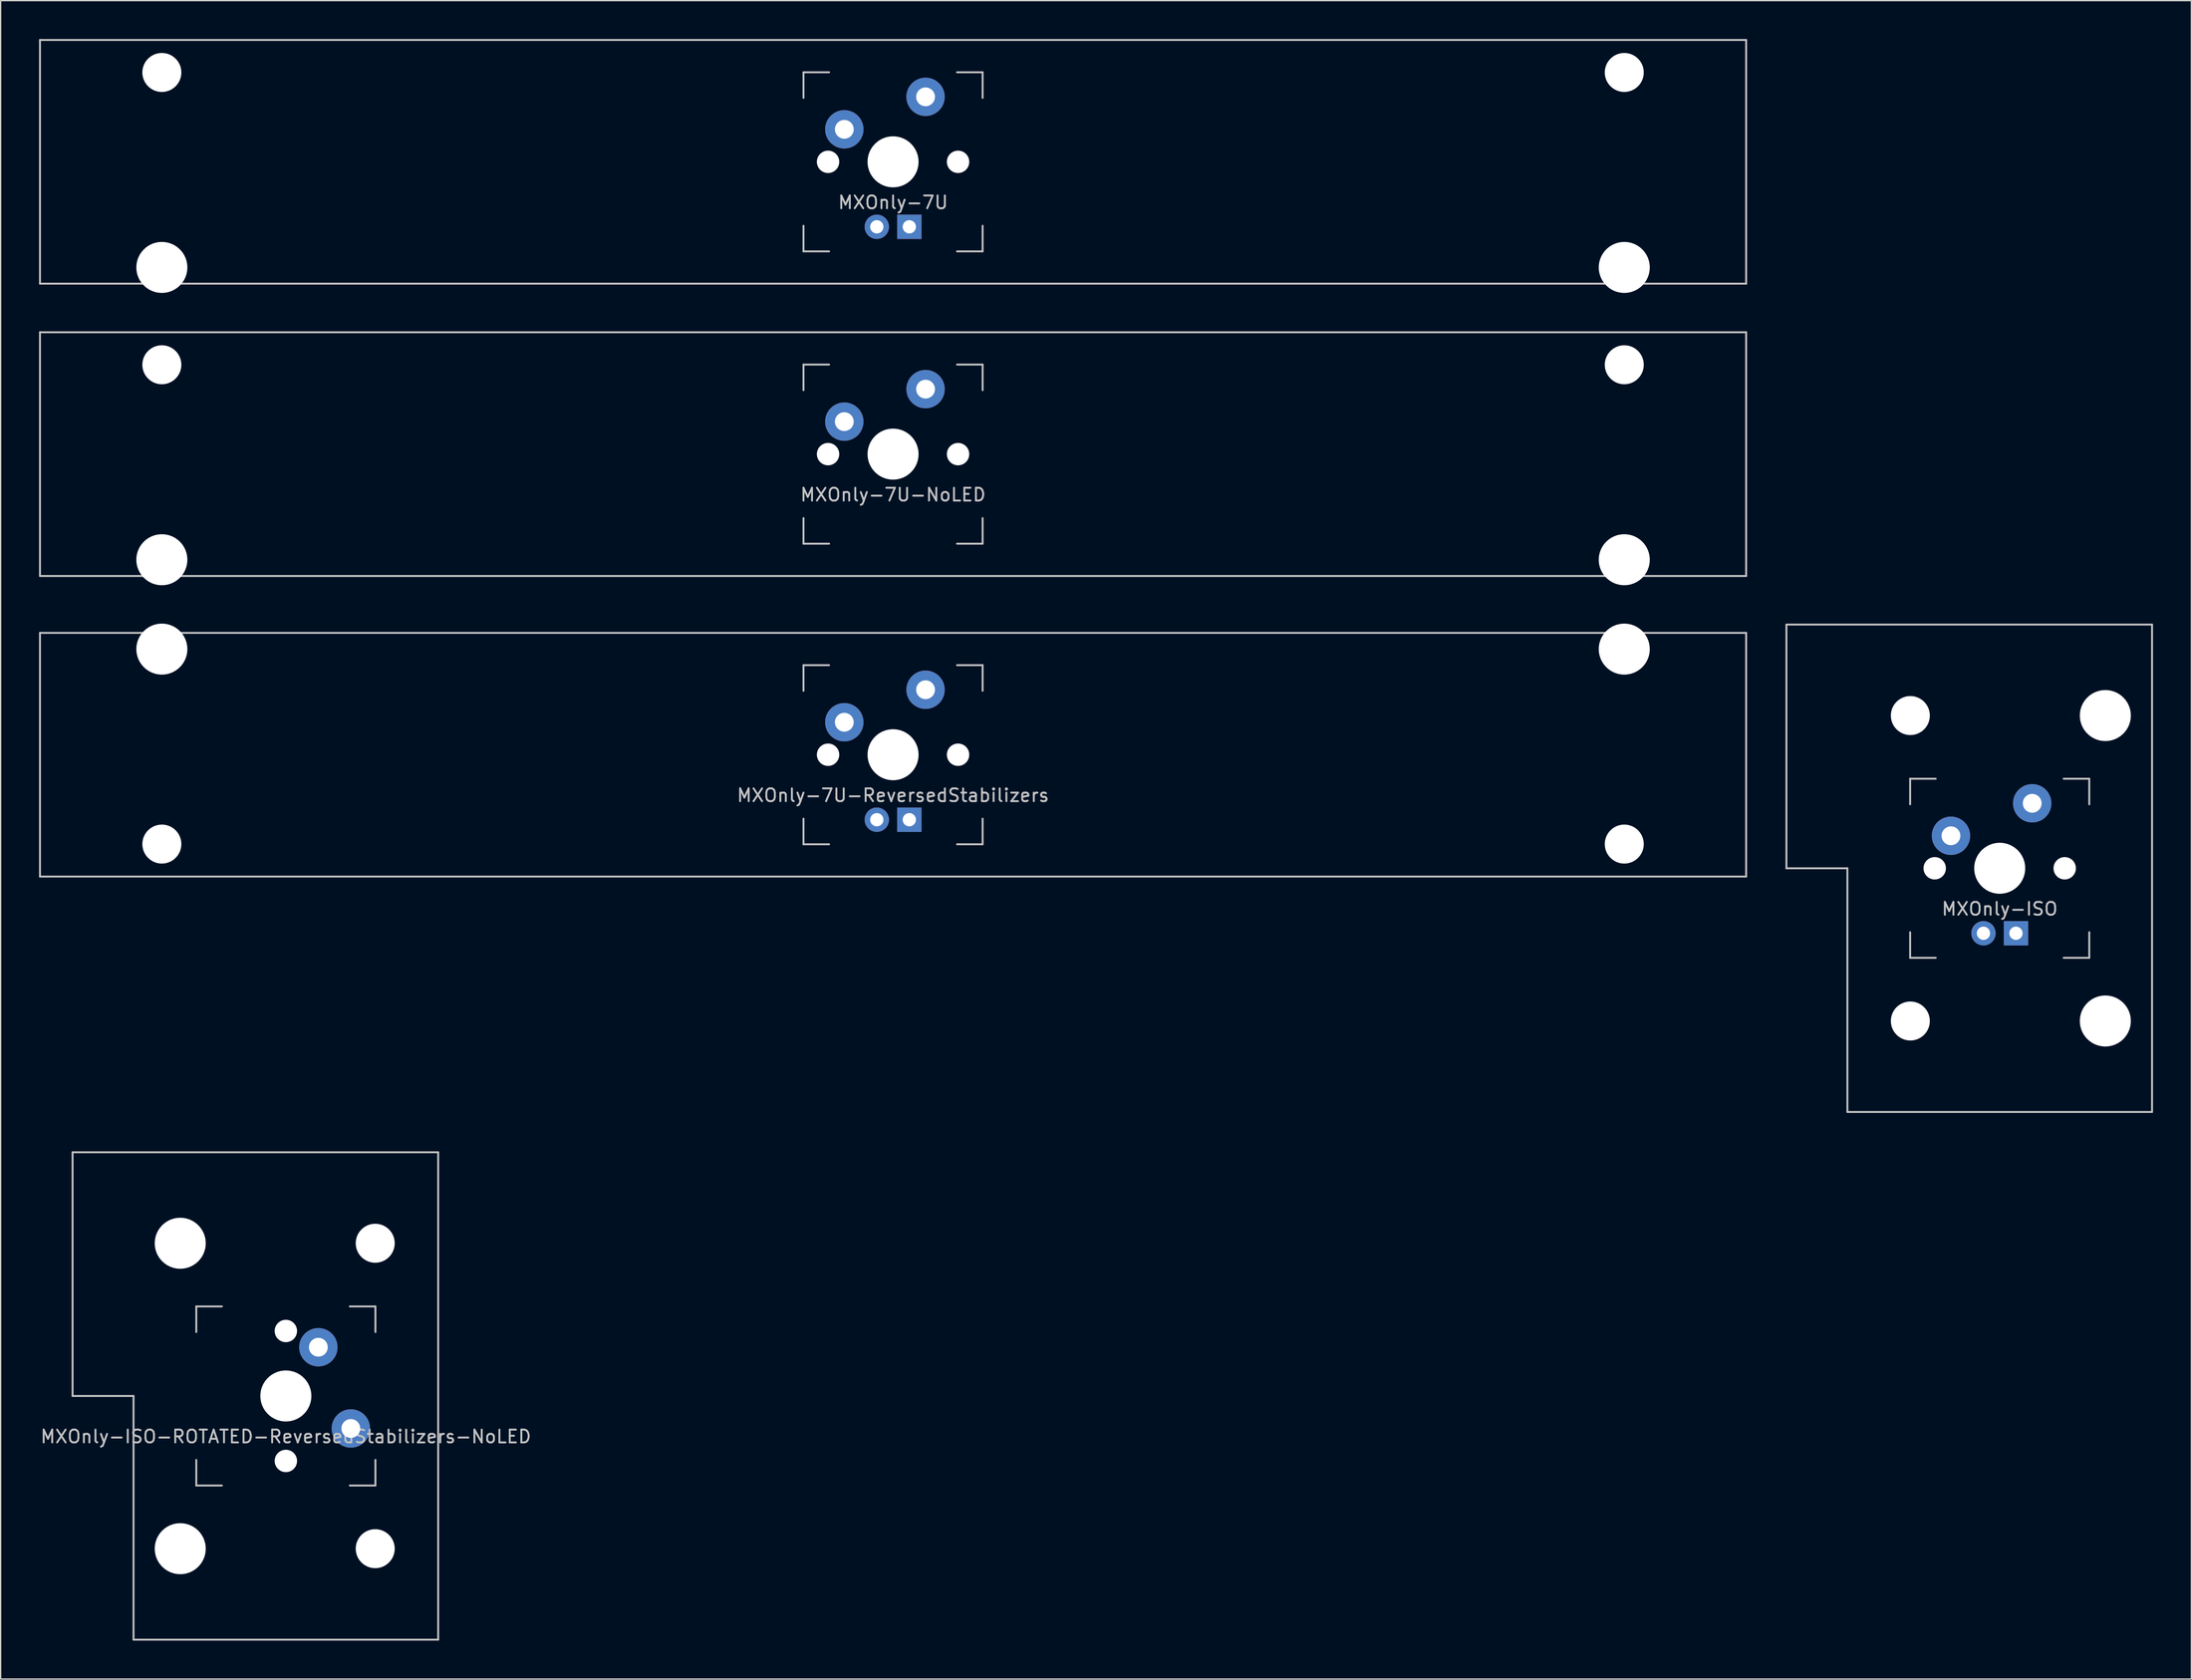
<source format=kicad_pcb>
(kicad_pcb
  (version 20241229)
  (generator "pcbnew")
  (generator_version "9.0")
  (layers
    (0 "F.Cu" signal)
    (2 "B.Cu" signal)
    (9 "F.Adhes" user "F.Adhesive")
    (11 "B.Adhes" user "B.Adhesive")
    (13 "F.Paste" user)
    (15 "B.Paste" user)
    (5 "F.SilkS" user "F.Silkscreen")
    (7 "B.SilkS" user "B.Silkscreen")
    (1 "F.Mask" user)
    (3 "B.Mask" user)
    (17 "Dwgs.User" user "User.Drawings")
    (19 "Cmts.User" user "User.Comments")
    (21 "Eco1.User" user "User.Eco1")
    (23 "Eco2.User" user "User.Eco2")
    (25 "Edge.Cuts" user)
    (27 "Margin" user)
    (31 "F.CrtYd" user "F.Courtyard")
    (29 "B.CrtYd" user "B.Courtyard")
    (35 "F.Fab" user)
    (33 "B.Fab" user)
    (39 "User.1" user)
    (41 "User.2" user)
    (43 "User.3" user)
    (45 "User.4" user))
  (footprint "MXOnly-ISO"
    (layer "F.Cu")
    (at 153.244 64.823)
    (property "Reference" "MXOnly-ISO" (at 0 3.175 0) (layer "Dwgs.User") (effects (font (size 1 1) (thickness 0.15))))
    (attr through_hole)
    (fp_line (start -16.669 -19.05) (end -16.669 0) (stroke (width 0.15) (type solid)) (layer "Dwgs.User"))
    (fp_line (start -16.669 -19.05) (end 11.906 -19.05) (stroke (width 0.15) (type solid)) (layer "Dwgs.User"))
    (fp_line (start -11.906 0) (end -16.669 0) (stroke (width 0.15) (type solid)) (layer "Dwgs.User"))
    (fp_line (start -11.906 19.05) (end -11.906 0) (stroke (width 0.15) (type solid)) (layer "Dwgs.User"))
    (fp_line (start -11.906 19.05) (end 11.906 19.05) (stroke (width 0.15) (type solid)) (layer "Dwgs.User"))
    (fp_line (start -7 -7) (end -7 -5) (stroke (width 0.15) (type solid)) (layer "Dwgs.User"))
    (fp_line (start -7 5) (end -7 7) (stroke (width 0.15) (type solid)) (layer "Dwgs.User"))
    (fp_line (start -7 7) (end -5 7) (stroke (width 0.15) (type solid)) (layer "Dwgs.User"))
    (fp_line (start -5 -7) (end -7 -7) (stroke (width 0.15) (type solid)) (layer "Dwgs.User"))
    (fp_line (start 5 -7) (end 7 -7) (stroke (width 0.15) (type solid)) (layer "Dwgs.User"))
    (fp_line (start 5 7) (end 7 7) (stroke (width 0.15) (type solid)) (layer "Dwgs.User"))
    (fp_line (start 7 -7) (end 7 -5) (stroke (width 0.15) (type solid)) (layer "Dwgs.User"))
    (fp_line (start 7 7) (end 7 5) (stroke (width 0.15) (type solid)) (layer "Dwgs.User"))
    (fp_line (start 11.906 -19.05) (end 11.906 19.05) (stroke (width 0.15) (type solid)) (layer "Dwgs.User"))
    (pad "" np_thru_hole circle (at -6.985 -11.938) (size 3.048 3.048) (drill 3.048) (layers "*.Cu" "*.Mask"))
    (pad "" np_thru_hole circle (at -6.985 11.938) (size 3.048 3.048) (drill 3.048) (layers "*.Cu" "*.Mask"))
    (pad "" np_thru_hole circle (at -5.08 0 48.1) (size 1.75 1.75) (drill 1.75) (layers "*.Cu" "*.Mask"))
    (pad "" np_thru_hole circle (at 0 0) (size 3.988 3.988) (drill 3.988) (layers "*.Cu" "*.Mask"))
    (pad "" np_thru_hole circle (at 5.08 0 48.1) (size 1.75 1.75) (drill 1.75) (layers "*.Cu" "*.Mask"))
    (pad "" np_thru_hole circle (at 8.255 -11.938) (size 3.988 3.988) (drill 3.988) (layers "*.Cu" "*.Mask"))
    (pad "" np_thru_hole circle (at 8.255 11.938) (size 3.988 3.988) (drill 3.988) (layers "*.Cu" "*.Mask"))
    (pad "1" thru_hole circle (at -3.81 -2.54) (size 3 3) (drill 1.47) (layers "*.Cu" "*.Mask"))
    (pad "2" thru_hole circle (at 2.54 -5.08) (size 3 3) (drill 1.47) (layers "*.Cu" "*.Mask"))
    (pad "3" thru_hole circle (at -1.27 5.08) (size 1.905 1.905) (drill 1.04) (layers "*.Cu" "*.Mask"))
    (pad "4" thru_hole rect (at 1.27 5.08) (size 1.905 1.905) (drill 1.04) (layers "*.Cu" "*.Mask")))
  (footprint "MXOnly-ISO-ROTATED-ReversedStabilizers-NoLED"
    (layer "F.Cu")
    (at 19.292 106.073)
    (property "Reference" "MXOnly-ISO-ROTATED-ReversedStabilizers-NoLED" (at 0 3.175 0) (layer "Dwgs.User") (effects (font (size 1 1) (thickness 0.15))))
    (attr through_hole)
    (fp_line (start -16.669 -19.05) (end -16.669 0) (stroke (width 0.15) (type solid)) (layer "Dwgs.User"))
    (fp_line (start -16.669 -19.05) (end 11.906 -19.05) (stroke (width 0.15) (type solid)) (layer "Dwgs.User"))
    (fp_line (start -11.906 0) (end -16.669 0) (stroke (width 0.15) (type solid)) (layer "Dwgs.User"))
    (fp_line (start -11.906 19.05) (end -11.906 0) (stroke (width 0.15) (type solid)) (layer "Dwgs.User"))
    (fp_line (start -11.906 19.05) (end 11.906 19.05) (stroke (width 0.15) (type solid)) (layer "Dwgs.User"))
    (fp_line (start -7 -7) (end -7 -5) (stroke (width 0.15) (type solid)) (layer "Dwgs.User"))
    (fp_line (start -7 5) (end -7 7) (stroke (width 0.15) (type solid)) (layer "Dwgs.User"))
    (fp_line (start -7 7) (end -5 7) (stroke (width 0.15) (type solid)) (layer "Dwgs.User"))
    (fp_line (start -5 -7) (end -7 -7) (stroke (width 0.15) (type solid)) (layer "Dwgs.User"))
    (fp_line (start 5 -7) (end 7 -7) (stroke (width 0.15) (type solid)) (layer "Dwgs.User"))
    (fp_line (start 5 7) (end 7 7) (stroke (width 0.15) (type solid)) (layer "Dwgs.User"))
    (fp_line (start 7 -7) (end 7 -5) (stroke (width 0.15) (type solid)) (layer "Dwgs.User"))
    (fp_line (start 7 7) (end 7 5) (stroke (width 0.15) (type solid)) (layer "Dwgs.User"))
    (fp_line (start 11.906 -19.05) (end 11.906 19.05) (stroke (width 0.15) (type solid)) (layer "Dwgs.User"))
    (pad "" np_thru_hole circle (at -8.255 -11.938) (size 3.988 3.988) (drill 3.988) (layers "*.Cu" "*.Mask"))
    (pad "" np_thru_hole circle (at -8.255 11.938) (size 3.988 3.988) (drill 3.988) (layers "*.Cu" "*.Mask"))
    (pad "" np_thru_hole circle (at 0 -5.08 48.1) (size 1.75 1.75) (drill 1.75) (layers "*.Cu" "*.Mask"))
    (pad "" np_thru_hole circle (at 0 0) (size 3.988 3.988) (drill 3.988) (layers "*.Cu" "*.Mask"))
    (pad "" np_thru_hole circle (at 0 5.08 48.1) (size 1.75 1.75) (drill 1.75) (layers "*.Cu" "*.Mask"))
    (pad "" np_thru_hole circle (at 6.985 -11.938) (size 3.048 3.048) (drill 3.048) (layers "*.Cu" "*.Mask"))
    (pad "" np_thru_hole circle (at 6.985 11.938) (size 3.048 3.048) (drill 3.048) (layers "*.Cu" "*.Mask"))
    (pad "1" thru_hole circle (at 2.54 -3.81) (size 3 3) (drill 1.47) (layers "*.Cu" "*.Mask"))
    (pad "2" thru_hole circle (at 5.08 2.54) (size 3 3) (drill 1.47) (layers "*.Cu" "*.Mask")))
  (footprint "MXOnly-7U-NoLED"
    (layer "F.Cu")
    (at 66.75 32.449)
    (property "Reference" "MXOnly-7U-NoLED" (at 0 3.175 0) (layer "Dwgs.User") (effects (font (size 1 1) (thickness 0.15))))
    (attr through_hole)
    (fp_line (start -66.675 -9.525) (end 66.675 -9.525) (stroke (width 0.15) (type solid)) (layer "Dwgs.User"))
    (fp_line (start -66.675 9.525) (end -66.675 -9.525) (stroke (width 0.15) (type solid)) (layer "Dwgs.User"))
    (fp_line (start -66.675 9.525) (end 66.675 9.525) (stroke (width 0.15) (type solid)) (layer "Dwgs.User"))
    (fp_line (start -7 -7) (end -7 -5) (stroke (width 0.15) (type solid)) (layer "Dwgs.User"))
    (fp_line (start -7 5) (end -7 7) (stroke (width 0.15) (type solid)) (layer "Dwgs.User"))
    (fp_line (start -7 7) (end -5 7) (stroke (width 0.15) (type solid)) (layer "Dwgs.User"))
    (fp_line (start -5 -7) (end -7 -7) (stroke (width 0.15) (type solid)) (layer "Dwgs.User"))
    (fp_line (start 5 -7) (end 7 -7) (stroke (width 0.15) (type solid)) (layer "Dwgs.User"))
    (fp_line (start 5 7) (end 7 7) (stroke (width 0.15) (type solid)) (layer "Dwgs.User"))
    (fp_line (start 7 -7) (end 7 -5) (stroke (width 0.15) (type solid)) (layer "Dwgs.User"))
    (fp_line (start 7 7) (end 7 5) (stroke (width 0.15) (type solid)) (layer "Dwgs.User"))
    (fp_line (start 66.675 -9.525) (end 66.675 9.525) (stroke (width 0.15) (type solid)) (layer "Dwgs.User"))
    (pad "" np_thru_hole circle (at -57.15 -6.985) (size 3.048 3.048) (drill 3.048) (layers "*.Cu" "*.Mask"))
    (pad "" np_thru_hole circle (at -57.15 8.255) (size 3.988 3.988) (drill 3.988) (layers "*.Cu" "*.Mask"))
    (pad "" np_thru_hole circle (at -5.08 0 48.1) (size 1.75 1.75) (drill 1.75) (layers "*.Cu" "*.Mask"))
    (pad "" np_thru_hole circle (at 0 0) (size 3.988 3.988) (drill 3.988) (layers "*.Cu" "*.Mask"))
    (pad "" np_thru_hole circle (at 5.08 0 48.1) (size 1.75 1.75) (drill 1.75) (layers "*.Cu" "*.Mask"))
    (pad "" np_thru_hole circle (at 57.15 -6.985) (size 3.048 3.048) (drill 3.048) (layers "*.Cu" "*.Mask"))
    (pad "" np_thru_hole circle (at 57.15 8.255) (size 3.988 3.988) (drill 3.988) (layers "*.Cu" "*.Mask"))
    (pad "1" thru_hole circle (at -3.81 -2.54) (size 3 3) (drill 1.47) (layers "*.Cu" "*.Mask"))
    (pad "2" thru_hole circle (at 2.54 -5.08) (size 3 3) (drill 1.47) (layers "*.Cu" "*.Mask")))
  (footprint "MXOnly-7U"
    (layer "F.Cu")
    (at 66.75 9.6)
    (property "Reference" "MXOnly-7U" (at 0 3.175 0) (layer "Dwgs.User") (effects (font (size 1 1) (thickness 0.15))))
    (attr through_hole)
    (fp_line (start -66.675 -9.525) (end 66.675 -9.525) (stroke (width 0.15) (type solid)) (layer "Dwgs.User"))
    (fp_line (start -66.675 9.525) (end -66.675 -9.525) (stroke (width 0.15) (type solid)) (layer "Dwgs.User"))
    (fp_line (start -66.675 9.525) (end 66.675 9.525) (stroke (width 0.15) (type solid)) (layer "Dwgs.User"))
    (fp_line (start -7 -7) (end -7 -5) (stroke (width 0.15) (type solid)) (layer "Dwgs.User"))
    (fp_line (start -7 5) (end -7 7) (stroke (width 0.15) (type solid)) (layer "Dwgs.User"))
    (fp_line (start -7 7) (end -5 7) (stroke (width 0.15) (type solid)) (layer "Dwgs.User"))
    (fp_line (start -5 -7) (end -7 -7) (stroke (width 0.15) (type solid)) (layer "Dwgs.User"))
    (fp_line (start 5 -7) (end 7 -7) (stroke (width 0.15) (type solid)) (layer "Dwgs.User"))
    (fp_line (start 5 7) (end 7 7) (stroke (width 0.15) (type solid)) (layer "Dwgs.User"))
    (fp_line (start 7 -7) (end 7 -5) (stroke (width 0.15) (type solid)) (layer "Dwgs.User"))
    (fp_line (start 7 7) (end 7 5) (stroke (width 0.15) (type solid)) (layer "Dwgs.User"))
    (fp_line (start 66.675 -9.525) (end 66.675 9.525) (stroke (width 0.15) (type solid)) (layer "Dwgs.User"))
    (pad "" np_thru_hole circle (at -57.15 -6.985) (size 3.048 3.048) (drill 3.048) (layers "*.Cu" "*.Mask"))
    (pad "" np_thru_hole circle (at -57.15 8.255) (size 3.988 3.988) (drill 3.988) (layers "*.Cu" "*.Mask"))
    (pad "" np_thru_hole circle (at -5.08 0 48.1) (size 1.75 1.75) (drill 1.75) (layers "*.Cu" "*.Mask"))
    (pad "" np_thru_hole circle (at 0 0) (size 3.988 3.988) (drill 3.988) (layers "*.Cu" "*.Mask"))
    (pad "" np_thru_hole circle (at 5.08 0 48.1) (size 1.75 1.75) (drill 1.75) (layers "*.Cu" "*.Mask"))
    (pad "" np_thru_hole circle (at 57.15 -6.985) (size 3.048 3.048) (drill 3.048) (layers "*.Cu" "*.Mask"))
    (pad "" np_thru_hole circle (at 57.15 8.255) (size 3.988 3.988) (drill 3.988) (layers "*.Cu" "*.Mask"))
    (pad "1" thru_hole circle (at -3.81 -2.54) (size 3 3) (drill 1.47) (layers "*.Cu" "*.Mask"))
    (pad "2" thru_hole circle (at 2.54 -5.08) (size 3 3) (drill 1.47) (layers "*.Cu" "*.Mask"))
    (pad "3" thru_hole circle (at -1.27 5.08) (size 1.905 1.905) (drill 1.04) (layers "*.Cu" "*.Mask"))
    (pad "4" thru_hole rect (at 1.27 5.08) (size 1.905 1.905) (drill 1.04) (layers "*.Cu" "*.Mask")))
  (footprint "MXOnly-7U-ReversedStabilizers"
    (layer "F.Cu")
    (at 66.75 55.947)
    (property "Reference" "MXOnly-7U-ReversedStabilizers" (at 0 3.175 0) (layer "Dwgs.User") (effects (font (size 1 1) (thickness 0.15))))
    (attr through_hole)
    (fp_line (start -66.675 -9.525) (end 66.675 -9.525) (stroke (width 0.15) (type solid)) (layer "Dwgs.User"))
    (fp_line (start -66.675 9.525) (end -66.675 -9.525) (stroke (width 0.15) (type solid)) (layer "Dwgs.User"))
    (fp_line (start -66.675 9.525) (end 66.675 9.525) (stroke (width 0.15) (type solid)) (layer "Dwgs.User"))
    (fp_line (start -7 -7) (end -7 -5) (stroke (width 0.15) (type solid)) (layer "Dwgs.User"))
    (fp_line (start -7 5) (end -7 7) (stroke (width 0.15) (type solid)) (layer "Dwgs.User"))
    (fp_line (start -7 7) (end -5 7) (stroke (width 0.15) (type solid)) (layer "Dwgs.User"))
    (fp_line (start -5 -7) (end -7 -7) (stroke (width 0.15) (type solid)) (layer "Dwgs.User"))
    (fp_line (start 5 -7) (end 7 -7) (stroke (width 0.15) (type solid)) (layer "Dwgs.User"))
    (fp_line (start 5 7) (end 7 7) (stroke (width 0.15) (type solid)) (layer "Dwgs.User"))
    (fp_line (start 7 -7) (end 7 -5) (stroke (width 0.15) (type solid)) (layer "Dwgs.User"))
    (fp_line (start 7 7) (end 7 5) (stroke (width 0.15) (type solid)) (layer "Dwgs.User"))
    (fp_line (start 66.675 -9.525) (end 66.675 9.525) (stroke (width 0.15) (type solid)) (layer "Dwgs.User"))
    (pad "" np_thru_hole circle (at -57.15 -8.255) (size 3.988 3.988) (drill 3.988) (layers "*.Cu" "*.Mask"))
    (pad "" np_thru_hole circle (at -57.15 6.985) (size 3.048 3.048) (drill 3.048) (layers "*.Cu" "*.Mask"))
    (pad "" np_thru_hole circle (at -5.08 0 48.1) (size 1.75 1.75) (drill 1.75) (layers "*.Cu" "*.Mask"))
    (pad "" np_thru_hole circle (at 0 0) (size 3.988 3.988) (drill 3.988) (layers "*.Cu" "*.Mask"))
    (pad "" np_thru_hole circle (at 5.08 0 48.1) (size 1.75 1.75) (drill 1.75) (layers "*.Cu" "*.Mask"))
    (pad "" np_thru_hole circle (at 57.15 -8.255) (size 3.988 3.988) (drill 3.988) (layers "*.Cu" "*.Mask"))
    (pad "" np_thru_hole circle (at 57.15 6.985) (size 3.048 3.048) (drill 3.048) (layers "*.Cu" "*.Mask"))
    (pad "1" thru_hole circle (at -3.81 -2.54) (size 3 3) (drill 1.47) (layers "*.Cu" "*.Mask"))
    (pad "2" thru_hole circle (at 2.54 -5.08) (size 3 3) (drill 1.47) (layers "*.Cu" "*.Mask"))
    (pad "3" thru_hole circle (at -1.27 5.08) (size 1.905 1.905) (drill 1.04) (layers "*.Cu" "*.Mask"))
    (pad "4" thru_hole rect (at 1.27 5.08) (size 1.905 1.905) (drill 1.04) (layers "*.Cu" "*.Mask")))
  (gr_rect
    (start -3 -3)
    (end 168.225 128.198)
    (stroke (width 0.1) (type default))
    (fill no)
    (layer "Edge.Cuts")))
</source>
